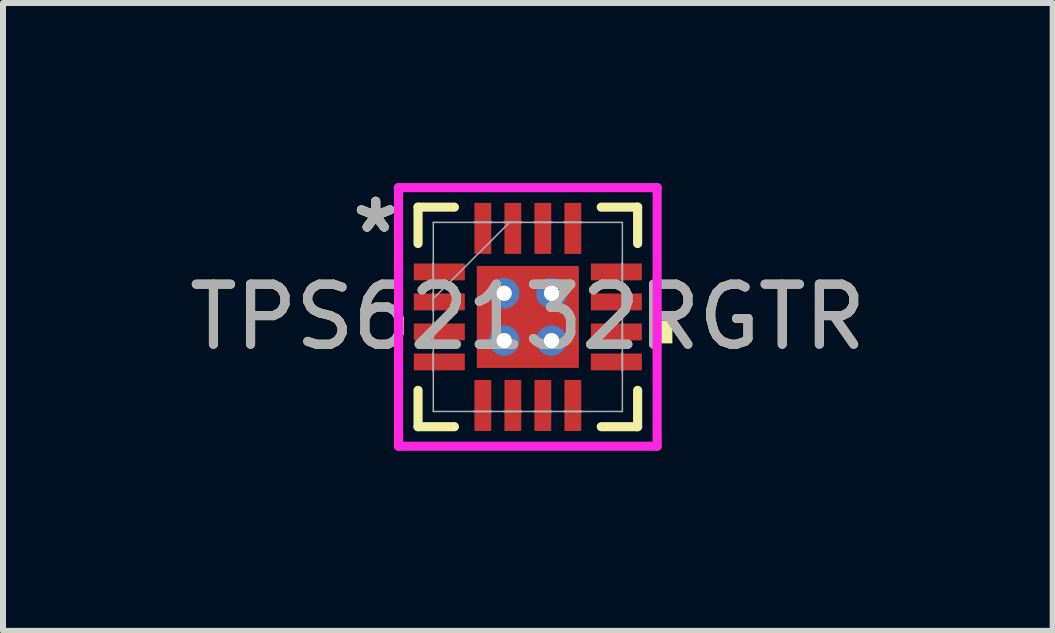
<source format=kicad_pcb>
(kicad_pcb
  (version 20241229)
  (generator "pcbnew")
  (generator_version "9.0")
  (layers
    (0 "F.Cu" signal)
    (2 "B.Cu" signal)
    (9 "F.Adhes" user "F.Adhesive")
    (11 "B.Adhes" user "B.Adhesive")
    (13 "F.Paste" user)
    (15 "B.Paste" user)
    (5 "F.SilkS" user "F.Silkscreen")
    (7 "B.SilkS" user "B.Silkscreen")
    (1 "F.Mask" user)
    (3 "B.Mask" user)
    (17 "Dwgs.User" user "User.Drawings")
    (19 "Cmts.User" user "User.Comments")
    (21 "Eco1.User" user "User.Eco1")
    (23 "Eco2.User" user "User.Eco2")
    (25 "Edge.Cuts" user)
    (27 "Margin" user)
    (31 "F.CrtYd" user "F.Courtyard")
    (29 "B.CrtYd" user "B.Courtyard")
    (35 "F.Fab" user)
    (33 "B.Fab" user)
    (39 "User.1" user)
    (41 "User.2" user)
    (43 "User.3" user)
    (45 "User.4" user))
  (footprint "TPS62132RGTR"
    (layer "F.Cu")
    (at 5.744 2.23)
    (property "Reference" "TPS62132RGTR" (at 0 0 0) (unlocked yes) (layer "F.SilkS") (effects (font (size 1 1) (thickness 0.15))))
    (attr smd)
    (fp_poly (pts (xy -1.97 -0.96) (xy -1.97 -0.54) (xy -0.98 -0.54) (xy -0.98 -0.96)) (stroke (width 0) (type solid)) (fill yes) (layer "F.Mask"))
    (fp_poly (pts (xy -1.97 -0.46) (xy -1.97 -0.04) (xy -0.98 -0.04) (xy -0.98 -0.46)) (stroke (width 0) (type solid)) (fill yes) (layer "F.Mask"))
    (fp_poly (pts (xy -1.97 0.04) (xy -1.97 0.46) (xy -0.98 0.46) (xy -0.98 0.04)) (stroke (width 0) (type solid)) (fill yes) (layer "F.Mask"))
    (fp_poly (pts (xy -1.97 0.54) (xy -1.97 0.96) (xy -0.98 0.96) (xy -0.98 0.54)) (stroke (width 0) (type solid)) (fill yes) (layer "F.Mask"))
    (fp_poly (pts (xy -0.96 -1.97) (xy -0.96 -0.98) (xy -0.541 -0.98) (xy -0.541 -1.97)) (stroke (width 0) (type solid)) (fill yes) (layer "F.Mask"))
    (fp_poly (pts (xy -0.96 0.98) (xy -0.96 1.97) (xy -0.541 1.97) (xy -0.541 0.98)) (stroke (width 0) (type solid)) (fill yes) (layer "F.Mask"))
    (fp_poly (pts (xy -0.913 -0.913) (xy -0.594 -0.913) (xy -0.594 0.913) (xy -0.913 0.913)) (stroke (width 0) (type solid)) (fill yes) (layer "F.Mask"))
    (fp_poly (pts (xy -0.913 -0.913) (xy 0.913 -0.913) (xy 0.913 -0.594) (xy -0.913 -0.594)) (stroke (width 0) (type solid)) (fill yes) (layer "F.Mask"))
    (fp_poly (pts (xy -0.913 -0.194) (xy 0.913 -0.194) (xy 0.913 0.194) (xy -0.913 0.194)) (stroke (width 0) (type solid)) (fill yes) (layer "F.Mask"))
    (fp_poly (pts (xy -0.913 0.594) (xy 0.913 0.594) (xy 0.913 0.913) (xy -0.913 0.913)) (stroke (width 0) (type solid)) (fill yes) (layer "F.Mask"))
    (fp_poly (pts (xy -0.46 -1.97) (xy -0.46 -0.98) (xy -0.04 -0.98) (xy -0.04 -1.97)) (stroke (width 0) (type solid)) (fill yes) (layer "F.Mask"))
    (fp_poly (pts (xy -0.46 0.98) (xy -0.46 1.97) (xy -0.04 1.97) (xy -0.04 0.98)) (stroke (width 0) (type solid)) (fill yes) (layer "F.Mask"))
    (fp_poly (pts (xy 0.04 -1.97) (xy 0.04 -0.98) (xy 0.46 -0.98) (xy 0.46 -1.97)) (stroke (width 0) (type solid)) (fill yes) (layer "F.Mask"))
    (fp_poly (pts (xy 0.04 0.98) (xy 0.04 1.97) (xy 0.46 1.97) (xy 0.46 0.98)) (stroke (width 0) (type solid)) (fill yes) (layer "F.Mask"))
    (fp_poly (pts (xy 0.194 -0.913) (xy -0.194 -0.913) (xy -0.194 0.913) (xy 0.194 0.913)) (stroke (width 0) (type solid)) (fill yes) (layer "F.Mask"))
    (fp_poly (pts (xy 0.541 -1.97) (xy 0.541 -0.98) (xy 0.96 -0.98) (xy 0.96 -1.97)) (stroke (width 0) (type solid)) (fill yes) (layer "F.Mask"))
    (fp_poly (pts (xy 0.541 0.98) (xy 0.541 1.97) (xy 0.96 1.97) (xy 0.96 0.98)) (stroke (width 0) (type solid)) (fill yes) (layer "F.Mask"))
    (fp_poly (pts (xy 0.594 -0.913) (xy 0.913 -0.913) (xy 0.913 0.913) (xy 0.594 0.913)) (stroke (width 0) (type solid)) (fill yes) (layer "F.Mask"))
    (fp_poly (pts (xy 0.98 -0.96) (xy 0.98 -0.54) (xy 1.97 -0.54) (xy 1.97 -0.96)) (stroke (width 0) (type solid)) (fill yes) (layer "F.Mask"))
    (fp_poly (pts (xy 0.98 -0.46) (xy 0.98 -0.04) (xy 1.97 -0.04) (xy 1.97 -0.46)) (stroke (width 0) (type solid)) (fill yes) (layer "F.Mask"))
    (fp_poly (pts (xy 0.98 0.04) (xy 0.98 0.46) (xy 1.97 0.46) (xy 1.97 0.04)) (stroke (width 0) (type solid)) (fill yes) (layer "F.Mask"))
    (fp_poly (pts (xy 0.98 0.54) (xy 0.98 0.96) (xy 1.97 0.96) (xy 1.97 0.54)) (stroke (width 0) (type solid)) (fill yes) (layer "F.Mask"))
    (fp_line (start -1.829 -1.829) (end -1.829 -1.223) (stroke (width 0.152) (type solid)) (layer "F.SilkS"))
    (fp_line (start -1.829 1.223) (end -1.829 1.829) (stroke (width 0.152) (type solid)) (layer "F.SilkS"))
    (fp_line (start -1.829 1.829) (end -1.223 1.829) (stroke (width 0.152) (type solid)) (layer "F.SilkS"))
    (fp_line (start -1.223 -1.829) (end -1.829 -1.829) (stroke (width 0.152) (type solid)) (layer "F.SilkS"))
    (fp_line (start 1.223 1.829) (end 1.829 1.829) (stroke (width 0.152) (type solid)) (layer "F.SilkS"))
    (fp_line (start 1.829 -1.829) (end 1.223 -1.829) (stroke (width 0.152) (type solid)) (layer "F.SilkS"))
    (fp_line (start 1.829 -1.223) (end 1.829 -1.829) (stroke (width 0.152) (type solid)) (layer "F.SilkS"))
    (fp_line (start 1.829 1.829) (end 1.829 1.223) (stroke (width 0.152) (type solid)) (layer "F.SilkS"))
    (fp_poly (pts (xy 2.408 0.059) (xy 2.408 0.441) (xy 2.154 0.441) (xy 2.154 0.059)) (stroke (width 0) (type solid)) (fill yes) (layer "F.SilkS"))
    (fp_poly (pts (xy -1.875 -0.865) (xy -1.875 -0.635) (xy -1.075 -0.635) (xy -1.075 -0.865)) (stroke (width 0) (type solid)) (fill yes) (layer "F.Paste"))
    (fp_poly (pts (xy -1.875 -0.365) (xy -1.875 -0.135) (xy -1.075 -0.135) (xy -1.075 -0.365)) (stroke (width 0) (type solid)) (fill yes) (layer "F.Paste"))
    (fp_poly (pts (xy -1.875 0.135) (xy -1.875 0.365) (xy -1.075 0.365) (xy -1.075 0.135)) (stroke (width 0) (type solid)) (fill yes) (layer "F.Paste"))
    (fp_poly (pts (xy -1.875 0.635) (xy -1.875 0.865) (xy -1.075 0.865) (xy -1.075 0.635)) (stroke (width 0) (type solid)) (fill yes) (layer "F.Paste"))
    (fp_poly (pts (xy -0.865 -1.875) (xy -0.865 -1.075) (xy -0.635 -1.075) (xy -0.635 -1.875)) (stroke (width 0) (type solid)) (fill yes) (layer "F.Paste"))
    (fp_poly (pts (xy -0.865 1.075) (xy -0.865 1.875) (xy -0.635 1.875) (xy -0.635 1.075)) (stroke (width 0) (type solid)) (fill yes) (layer "F.Paste"))
    (fp_poly (pts (xy -0.365 -1.875) (xy -0.365 -1.075) (xy -0.135 -1.075) (xy -0.135 -1.875)) (stroke (width 0) (type solid)) (fill yes) (layer "F.Paste"))
    (fp_poly (pts (xy -0.365 1.075) (xy -0.365 1.875) (xy -0.135 1.875) (xy -0.135 1.075)) (stroke (width 0) (type solid)) (fill yes) (layer "F.Paste"))
    (fp_poly (pts (xy 0.135 -1.875) (xy 0.135 -1.075) (xy 0.365 -1.075) (xy 0.365 -1.875)) (stroke (width 0) (type solid)) (fill yes) (layer "F.Paste"))
    (fp_poly (pts (xy 0.135 1.075) (xy 0.135 1.875) (xy 0.365 1.875) (xy 0.365 1.075)) (stroke (width 0) (type solid)) (fill yes) (layer "F.Paste"))
    (fp_poly (pts (xy 0.635 -1.875) (xy 0.635 -1.075) (xy 0.865 -1.075) (xy 0.865 -1.875)) (stroke (width 0) (type solid)) (fill yes) (layer "F.Paste"))
    (fp_poly (pts (xy 0.635 1.075) (xy 0.635 1.875) (xy 0.865 1.875) (xy 0.865 1.075)) (stroke (width 0) (type solid)) (fill yes) (layer "F.Paste"))
    (fp_poly (pts (xy 1.075 -0.865) (xy 1.075 -0.635) (xy 1.875 -0.635) (xy 1.875 -0.865)) (stroke (width 0) (type solid)) (fill yes) (layer "F.Paste"))
    (fp_poly (pts (xy 1.075 -0.365) (xy 1.075 -0.135) (xy 1.875 -0.135) (xy 1.875 -0.365)) (stroke (width 0) (type solid)) (fill yes) (layer "F.Paste"))
    (fp_poly (pts (xy 1.075 0.135) (xy 1.075 0.365) (xy 1.875 0.365) (xy 1.875 0.135)) (stroke (width 0) (type solid)) (fill yes) (layer "F.Paste"))
    (fp_poly (pts (xy 1.075 0.635) (xy 1.075 0.865) (xy 1.875 0.865) (xy 1.875 0.635)) (stroke (width 0) (type solid)) (fill yes) (layer "F.Paste"))
    (fp_poly (pts (xy -0.775 -0.775) (xy -0.775 -0.494) (xy -0.635 -0.494) (xy -0.494 -0.635) (xy -0.494 -0.775)) (stroke (width 0) (type solid)) (fill yes) (layer "F.Paste"))
    (fp_poly (pts (xy -0.775 0.494) (xy -0.775 0.775) (xy -0.494 0.775) (xy -0.494 0.635) (xy -0.635 0.494)) (stroke (width 0) (type solid)) (fill yes) (layer "F.Paste"))
    (fp_poly (pts (xy 0.494 -0.775) (xy 0.494 -0.635) (xy 0.635 -0.494) (xy 0.775 -0.494) (xy 0.775 -0.775)) (stroke (width 0) (type solid)) (fill yes) (layer "F.Paste"))
    (fp_poly (pts (xy 0.635 0.494) (xy 0.494 0.635) (xy 0.494 0.775) (xy 0.775 0.775) (xy 0.775 0.494)) (stroke (width 0) (type solid)) (fill yes) (layer "F.Paste"))
    (fp_poly (pts (xy -0.775 -0.294) (xy -0.775 0.294) (xy -0.635 0.294) (xy -0.494 0.152) (xy -0.494 -0.152) (xy -0.635 -0.294)) (stroke (width 0) (type solid)) (fill yes) (layer "F.Paste"))
    (fp_poly (pts (xy -0.294 -0.775) (xy -0.294 -0.635) (xy -0.152 -0.494) (xy 0.152 -0.494) (xy 0.294 -0.635) (xy 0.294 -0.775)) (stroke (width 0) (type solid)) (fill yes) (layer "F.Paste"))
    (fp_poly (pts (xy -0.152 0.494) (xy -0.294 0.635) (xy -0.294 0.775) (xy 0.294 0.775) (xy 0.294 0.635) (xy 0.152 0.494)) (stroke (width 0) (type solid)) (fill yes) (layer "F.Paste"))
    (fp_poly (pts (xy 0.635 -0.294) (xy 0.494 -0.152) (xy 0.494 0.152) (xy 0.635 0.294) (xy 0.775 0.294) (xy 0.775 -0.294)) (stroke (width 0) (type solid)) (fill yes) (layer "F.Paste"))
    (fp_poly (pts (xy -0.152 -0.294) (xy -0.294 -0.152) (xy -0.294 0.152) (xy -0.152 0.294) (xy 0.152 0.294) (xy 0.294 0.152) (xy 0.294 -0.152) (xy 0.152 -0.294)) (stroke (width 0) (type solid)) (fill yes) (layer "F.Paste"))
    (fp_line (start -2.154 -2.154) (end 2.154 -2.154) (stroke (width 0.152) (type solid)) (layer "F.CrtYd"))
    (fp_line (start -2.154 2.154) (end -2.154 -2.154) (stroke (width 0.152) (type solid)) (layer "F.CrtYd"))
    (fp_line (start 2.154 -2.154) (end 2.154 2.154) (stroke (width 0.152) (type solid)) (layer "F.CrtYd"))
    (fp_line (start 2.154 2.154) (end -2.154 2.154) (stroke (width 0.152) (type solid)) (layer "F.CrtYd"))
    (fp_line (start -1.575 -1.575) (end -1.575 1.575) (stroke (width 0.025) (type solid)) (layer "F.Fab"))
    (fp_line (start -1.575 -0.9) (end -1.575 -0.9) (stroke (width 0.025) (type solid)) (layer "F.Fab"))
    (fp_line (start -1.575 -0.9) (end -1.575 -0.6) (stroke (width 0.025) (type solid)) (layer "F.Fab"))
    (fp_line (start -1.575 -0.6) (end -1.575 -0.9) (stroke (width 0.025) (type solid)) (layer "F.Fab"))
    (fp_line (start -1.575 -0.6) (end -1.575 -0.6) (stroke (width 0.025) (type solid)) (layer "F.Fab"))
    (fp_line (start -1.575 -0.4) (end -1.575 -0.4) (stroke (width 0.025) (type solid)) (layer "F.Fab"))
    (fp_line (start -1.575 -0.4) (end -1.575 -0.1) (stroke (width 0.025) (type solid)) (layer "F.Fab"))
    (fp_line (start -1.575 -0.305) (end -0.305 -1.575) (stroke (width 0.025) (type solid)) (layer "F.Fab"))
    (fp_line (start -1.575 -0.1) (end -1.575 -0.4) (stroke (width 0.025) (type solid)) (layer "F.Fab"))
    (fp_line (start -1.575 -0.1) (end -1.575 -0.1) (stroke (width 0.025) (type solid)) (layer "F.Fab"))
    (fp_line (start -1.575 0.1) (end -1.575 0.1) (stroke (width 0.025) (type solid)) (layer "F.Fab"))
    (fp_line (start -1.575 0.1) (end -1.575 0.4) (stroke (width 0.025) (type solid)) (layer "F.Fab"))
    (fp_line (start -1.575 0.4) (end -1.575 0.1) (stroke (width 0.025) (type solid)) (layer "F.Fab"))
    (fp_line (start -1.575 0.4) (end -1.575 0.4) (stroke (width 0.025) (type solid)) (layer "F.Fab"))
    (fp_line (start -1.575 0.6) (end -1.575 0.6) (stroke (width 0.025) (type solid)) (layer "F.Fab"))
    (fp_line (start -1.575 0.6) (end -1.575 0.9) (stroke (width 0.025) (type solid)) (layer "F.Fab"))
    (fp_line (start -1.575 0.9) (end -1.575 0.6) (stroke (width 0.025) (type solid)) (layer "F.Fab"))
    (fp_line (start -1.575 0.9) (end -1.575 0.9) (stroke (width 0.025) (type solid)) (layer "F.Fab"))
    (fp_line (start -1.575 1.575) (end 1.575 1.575) (stroke (width 0.025) (type solid)) (layer "F.Fab"))
    (fp_line (start -0.9 -1.575) (end -0.9 -1.575) (stroke (width 0.025) (type solid)) (layer "F.Fab"))
    (fp_line (start -0.9 -1.575) (end -0.6 -1.575) (stroke (width 0.025) (type solid)) (layer "F.Fab"))
    (fp_line (start -0.9 1.575) (end -0.9 1.575) (stroke (width 0.025) (type solid)) (layer "F.Fab"))
    (fp_line (start -0.9 1.575) (end -0.6 1.575) (stroke (width 0.025) (type solid)) (layer "F.Fab"))
    (fp_line (start -0.6 -1.575) (end -0.9 -1.575) (stroke (width 0.025) (type solid)) (layer "F.Fab"))
    (fp_line (start -0.6 -1.575) (end -0.6 -1.575) (stroke (width 0.025) (type solid)) (layer "F.Fab"))
    (fp_line (start -0.6 1.575) (end -0.9 1.575) (stroke (width 0.025) (type solid)) (layer "F.Fab"))
    (fp_line (start -0.6 1.575) (end -0.6 1.575) (stroke (width 0.025) (type solid)) (layer "F.Fab"))
    (fp_line (start -0.4 -1.575) (end -0.4 -1.575) (stroke (width 0.025) (type solid)) (layer "F.Fab"))
    (fp_line (start -0.4 -1.575) (end -0.1 -1.575) (stroke (width 0.025) (type solid)) (layer "F.Fab"))
    (fp_line (start -0.4 1.575) (end -0.4 1.575) (stroke (width 0.025) (type solid)) (layer "F.Fab"))
    (fp_line (start -0.4 1.575) (end -0.1 1.575) (stroke (width 0.025) (type solid)) (layer "F.Fab"))
    (fp_line (start -0.1 -1.575) (end -0.4 -1.575) (stroke (width 0.025) (type solid)) (layer "F.Fab"))
    (fp_line (start -0.1 -1.575) (end -0.1 -1.575) (stroke (width 0.025) (type solid)) (layer "F.Fab"))
    (fp_line (start -0.1 1.575) (end -0.4 1.575) (stroke (width 0.025) (type solid)) (layer "F.Fab"))
    (fp_line (start -0.1 1.575) (end -0.1 1.575) (stroke (width 0.025) (type solid)) (layer "F.Fab"))
    (fp_line (start 0.1 -1.575) (end 0.1 -1.575) (stroke (width 0.025) (type solid)) (layer "F.Fab"))
    (fp_line (start 0.1 -1.575) (end 0.4 -1.575) (stroke (width 0.025) (type solid)) (layer "F.Fab"))
    (fp_line (start 0.1 1.575) (end 0.1 1.575) (stroke (width 0.025) (type solid)) (layer "F.Fab"))
    (fp_line (start 0.1 1.575) (end 0.4 1.575) (stroke (width 0.025) (type solid)) (layer "F.Fab"))
    (fp_line (start 0.4 -1.575) (end 0.1 -1.575) (stroke (width 0.025) (type solid)) (layer "F.Fab"))
    (fp_line (start 0.4 -1.575) (end 0.4 -1.575) (stroke (width 0.025) (type solid)) (layer "F.Fab"))
    (fp_line (start 0.4 1.575) (end 0.1 1.575) (stroke (width 0.025) (type solid)) (layer "F.Fab"))
    (fp_line (start 0.4 1.575) (end 0.4 1.575) (stroke (width 0.025) (type solid)) (layer "F.Fab"))
    (fp_line (start 0.6 -1.575) (end 0.6 -1.575) (stroke (width 0.025) (type solid)) (layer "F.Fab"))
    (fp_line (start 0.6 -1.575) (end 0.9 -1.575) (stroke (width 0.025) (type solid)) (layer "F.Fab"))
    (fp_line (start 0.6 1.575) (end 0.6 1.575) (stroke (width 0.025) (type solid)) (layer "F.Fab"))
    (fp_line (start 0.6 1.575) (end 0.9 1.575) (stroke (width 0.025) (type solid)) (layer "F.Fab"))
    (fp_line (start 0.9 -1.575) (end 0.6 -1.575) (stroke (width 0.025) (type solid)) (layer "F.Fab"))
    (fp_line (start 0.9 -1.575) (end 0.9 -1.575) (stroke (width 0.025) (type solid)) (layer "F.Fab"))
    (fp_line (start 0.9 1.575) (end 0.6 1.575) (stroke (width 0.025) (type solid)) (layer "F.Fab"))
    (fp_line (start 0.9 1.575) (end 0.9 1.575) (stroke (width 0.025) (type solid)) (layer "F.Fab"))
    (fp_line (start 1.575 -1.575) (end -1.575 -1.575) (stroke (width 0.025) (type solid)) (layer "F.Fab"))
    (fp_line (start 1.575 -0.9) (end 1.575 -0.9) (stroke (width 0.025) (type solid)) (layer "F.Fab"))
    (fp_line (start 1.575 -0.9) (end 1.575 -0.6) (stroke (width 0.025) (type solid)) (layer "F.Fab"))
    (fp_line (start 1.575 -0.6) (end 1.575 -0.9) (stroke (width 0.025) (type solid)) (layer "F.Fab"))
    (fp_line (start 1.575 -0.6) (end 1.575 -0.6) (stroke (width 0.025) (type solid)) (layer "F.Fab"))
    (fp_line (start 1.575 -0.4) (end 1.575 -0.4) (stroke (width 0.025) (type solid)) (layer "F.Fab"))
    (fp_line (start 1.575 -0.4) (end 1.575 -0.1) (stroke (width 0.025) (type solid)) (layer "F.Fab"))
    (fp_line (start 1.575 -0.1) (end 1.575 -0.4) (stroke (width 0.025) (type solid)) (layer "F.Fab"))
    (fp_line (start 1.575 -0.1) (end 1.575 -0.1) (stroke (width 0.025) (type solid)) (layer "F.Fab"))
    (fp_line (start 1.575 0.1) (end 1.575 0.1) (stroke (width 0.025) (type solid)) (layer "F.Fab"))
    (fp_line (start 1.575 0.1) (end 1.575 0.4) (stroke (width 0.025) (type solid)) (layer "F.Fab"))
    (fp_line (start 1.575 0.4) (end 1.575 0.1) (stroke (width 0.025) (type solid)) (layer "F.Fab"))
    (fp_line (start 1.575 0.4) (end 1.575 0.4) (stroke (width 0.025) (type solid)) (layer "F.Fab"))
    (fp_line (start 1.575 0.6) (end 1.575 0.6) (stroke (width 0.025) (type solid)) (layer "F.Fab"))
    (fp_line (start 1.575 0.6) (end 1.575 0.9) (stroke (width 0.025) (type solid)) (layer "F.Fab"))
    (fp_line (start 1.575 0.9) (end 1.575 0.6) (stroke (width 0.025) (type solid)) (layer "F.Fab"))
    (fp_line (start 1.575 0.9) (end 1.575 0.9) (stroke (width 0.025) (type solid)) (layer "F.Fab"))
    (fp_line (start 1.575 1.575) (end 1.575 -1.575) (stroke (width 0.025) (type solid)) (layer "F.Fab"))
    (fp_text user "*" (at -2.535 -1.381 0) (unlocked yes) (layer "F.SilkS") (effects (font (size 1 1) (thickness 0.15))))
    (fp_text user "*" (at -2.535 -1.381 0) (layer "F.SilkS") (effects (font (size 1 1) (thickness 0.15))))
    (fp_text user "${REFERENCE}" (at 0 0 0) (unlocked yes) (layer "F.Fab") (effects (font (size 1 1) (thickness 0.15))))
    (fp_text user "*" (at -2.535 -1.381 0) (layer "F.Fab") (effects (font (size 1 1) (thickness 0.15))))
    (fp_text user "*" (at -2.535 -1.381 0) (unlocked yes) (layer "F.Fab") (effects (font (size 1 1) (thickness 0.15))))
    (pad "1" smd rect (at -1.475 -0.75 90) (size 0.28 0.85) (layers "F.Cu" "F.Mask"))
    (pad "2" smd rect (at -1.475 -0.25 90) (size 0.28 0.85) (layers "F.Cu" "F.Mask"))
    (pad "3" smd rect (at -1.475 0.25 90) (size 0.28 0.85) (layers "F.Cu" "F.Mask"))
    (pad "4" smd rect (at -1.475 0.75 90) (size 0.28 0.85) (layers "F.Cu" "F.Mask"))
    (pad "5" smd rect (at -0.75 1.475) (size 0.28 0.85) (layers "F.Cu" "F.Mask"))
    (pad "6" smd rect (at -0.25 1.475) (size 0.28 0.85) (layers "F.Cu" "F.Mask"))
    (pad "7" smd rect (at 0.25 1.475) (size 0.28 0.85) (layers "F.Cu" "F.Mask"))
    (pad "8" smd rect (at 0.75 1.475) (size 0.28 0.85) (layers "F.Cu" "F.Mask"))
    (pad "9" smd rect (at 1.475 0.75 90) (size 0.28 0.85) (layers "F.Cu" "F.Mask"))
    (pad "10" smd rect (at 1.475 0.25 90) (size 0.28 0.85) (layers "F.Cu" "F.Mask"))
    (pad "11" smd rect (at 1.475 -0.25 90) (size 0.28 0.85) (layers "F.Cu" "F.Mask"))
    (pad "12" smd rect (at 1.475 -0.75 90) (size 0.28 0.85) (layers "F.Cu" "F.Mask"))
    (pad "13" smd rect (at 0.75 -1.475) (size 0.28 0.85) (layers "F.Cu" "F.Mask"))
    (pad "14" smd rect (at 0.25 -1.475) (size 0.28 0.85) (layers "F.Cu" "F.Mask"))
    (pad "15" smd rect (at -0.25 -1.475) (size 0.28 0.85) (layers "F.Cu" "F.Mask"))
    (pad "16" smd rect (at -0.75 -1.475) (size 0.28 0.85) (layers "F.Cu" "F.Mask"))
    (pad "17" smd rect (at 0 0) (size 1.7 1.7) (layers "F.Cu"))
    (pad "V" thru_hole circle (at -0.394 -0.394) (size 0.508 0.508) (drill 0.254) (layers "*.Cu" "*.Mask"))
    (pad "V" thru_hole circle (at -0.394 0.394) (size 0.508 0.508) (drill 0.254) (layers "*.Cu" "*.Mask"))
    (pad "V" thru_hole circle (at 0.394 -0.394) (size 0.508 0.508) (drill 0.254) (layers "*.Cu" "*.Mask"))
    (pad "V" thru_hole circle (at 0.394 0.394) (size 0.508 0.508) (drill 0.254) (layers "*.Cu" "*.Mask")))
  (gr_rect
    (start -3 -3)
    (end 14.488 7.46)
    (stroke (width 0.1) (type default))
    (fill no)
    (layer "Edge.Cuts")))
</source>
